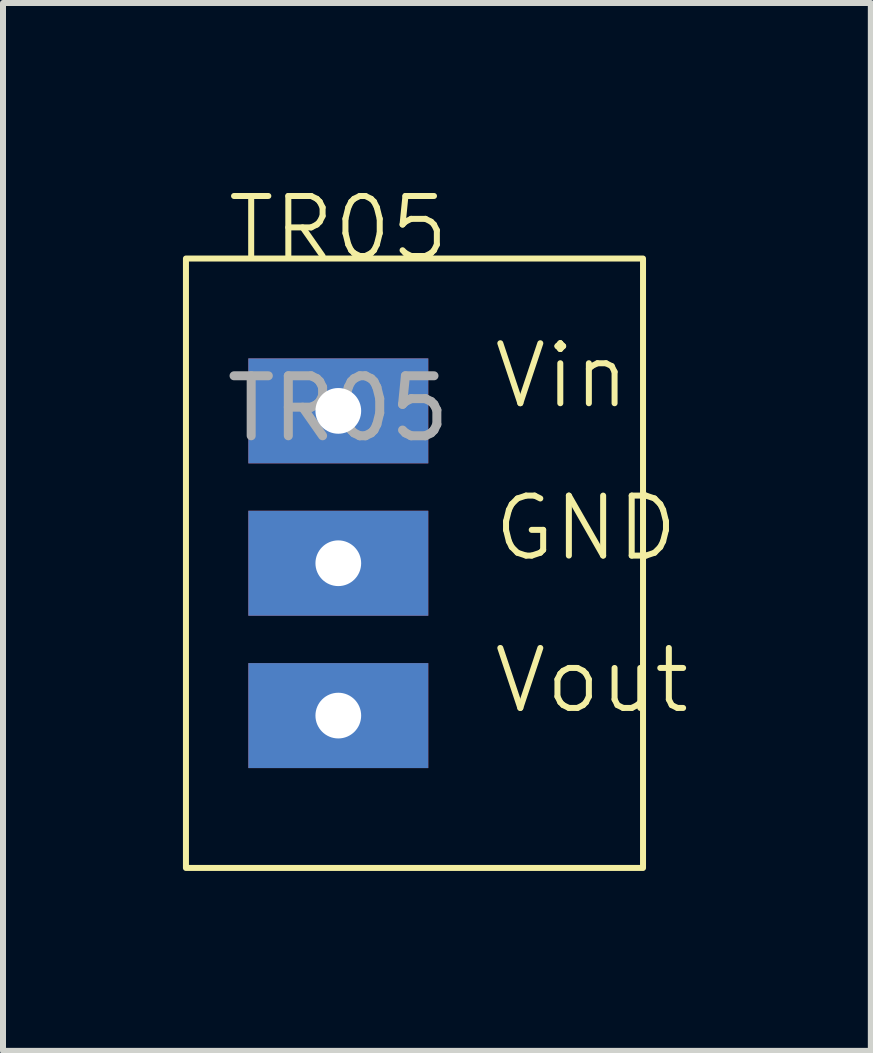
<source format=kicad_pcb>
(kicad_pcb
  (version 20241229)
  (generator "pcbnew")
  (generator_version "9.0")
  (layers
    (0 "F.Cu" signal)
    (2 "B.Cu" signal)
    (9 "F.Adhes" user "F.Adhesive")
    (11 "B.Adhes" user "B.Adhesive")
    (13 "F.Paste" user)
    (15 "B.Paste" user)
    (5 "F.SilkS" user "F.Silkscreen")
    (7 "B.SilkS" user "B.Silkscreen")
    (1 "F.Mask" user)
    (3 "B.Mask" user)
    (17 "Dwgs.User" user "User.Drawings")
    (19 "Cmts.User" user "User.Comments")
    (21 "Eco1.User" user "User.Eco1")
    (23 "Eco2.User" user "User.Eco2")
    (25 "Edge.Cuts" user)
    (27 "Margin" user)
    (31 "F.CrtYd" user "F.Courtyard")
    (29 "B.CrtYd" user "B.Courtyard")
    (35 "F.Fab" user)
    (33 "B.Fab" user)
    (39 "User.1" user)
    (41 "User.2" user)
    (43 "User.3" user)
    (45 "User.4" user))
  (footprint "TR05"
    (layer "F.Cu")
    (at 2.59 1.26)
    (property "Reference" "TR05" (at 0 -0.5 0) (unlocked yes) (layer "F.SilkS") (effects (font (size 1 1) (thickness 0.1))))
    (attr through_hole)
    (fp_rect (start -2.54 0) (end 5.08 10.16) (stroke (width 0.1) (type default)) (fill no) (layer "F.SilkS"))
    (fp_text user "Vout" (at 2.54 7.62 0) (unlocked yes) (layer "F.SilkS") (effects (font (size 1 1) (thickness 0.1)) (justify left bottom)))
    (fp_text user "Vin" (at 2.54 2.54 0) (unlocked yes) (layer "F.SilkS") (effects (font (size 1 1) (thickness 0.1)) (justify left bottom)))
    (fp_text user "GND" (at 2.54 5.08 0) (unlocked yes) (layer "F.SilkS") (effects (font (size 1 1) (thickness 0.1)) (justify left bottom)))
    (fp_text user "${REFERENCE}" (at 0 2.5 0) (unlocked yes) (layer "F.Fab") (effects (font (size 1 1) (thickness 0.15))))
    (pad "1" thru_hole rect (at 0 2.54) (size 3 1.75) (drill 0.762) (layers "*.Cu" "*.Mask"))
    (pad "2" thru_hole rect (at 0 5.08) (size 3 1.75) (drill 0.762) (layers "*.Cu" "*.Mask"))
    (pad "3" thru_hole rect (at 0 7.62) (size 3 1.75) (drill 0.762) (layers "*.Cu" "*.Mask")))
  (gr_rect
    (start -3 -3)
    (end 11.468 14.47)
    (stroke (width 0.1) (type default))
    (fill no)
    (layer "Edge.Cuts")))
</source>
